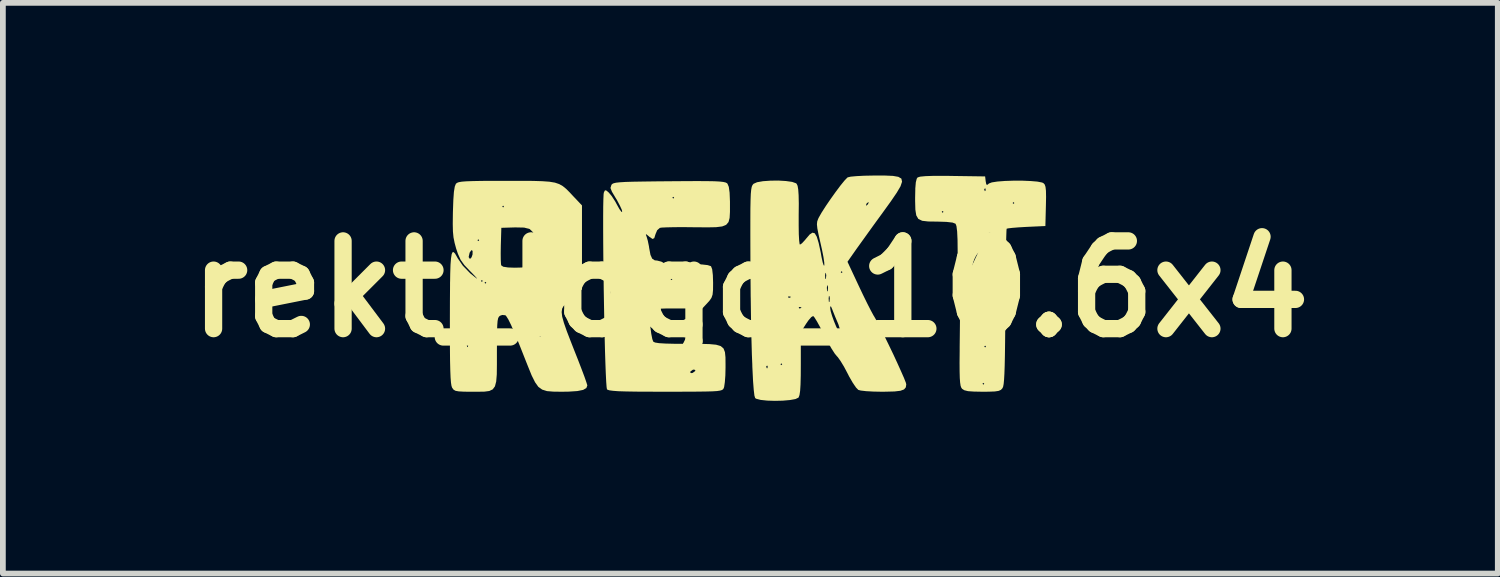
<source format=kicad_pcb>
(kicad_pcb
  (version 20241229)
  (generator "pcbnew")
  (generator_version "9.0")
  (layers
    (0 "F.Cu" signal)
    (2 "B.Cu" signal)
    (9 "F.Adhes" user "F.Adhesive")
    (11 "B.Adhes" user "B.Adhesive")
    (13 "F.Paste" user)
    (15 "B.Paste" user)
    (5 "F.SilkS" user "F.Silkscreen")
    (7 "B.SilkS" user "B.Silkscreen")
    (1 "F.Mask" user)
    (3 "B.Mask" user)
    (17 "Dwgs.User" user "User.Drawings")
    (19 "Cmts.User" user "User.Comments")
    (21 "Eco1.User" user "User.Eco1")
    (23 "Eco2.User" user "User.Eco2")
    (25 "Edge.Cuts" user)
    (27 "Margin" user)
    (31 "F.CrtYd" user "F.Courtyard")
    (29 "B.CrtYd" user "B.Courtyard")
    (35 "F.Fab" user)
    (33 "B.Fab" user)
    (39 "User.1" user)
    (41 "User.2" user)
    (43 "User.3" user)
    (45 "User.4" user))
  (footprint "rekt_logo_10.6x4"
    (layer "F.Cu")
    (at 9.986 1.97)
    (property "Reference" "rekt_logo_10.6x4" (at 0 0 0) (layer "F.SilkS") (effects (font (size 1.524 1.524) (thickness 0.3))))
    (attr through_hole)
    (fp_poly (pts (xy 3.514 -1.963) (xy 4.079 -1.955) (xy 4.089 -1.87) (xy 4.1 -1.814) (xy 4.121 -1.81) (xy 4.145 -1.832) (xy 4.195 -1.851) (xy 4.292 -1.866) (xy 4.422 -1.876) (xy 4.571 -1.881) (xy 4.725 -1.881) (xy 4.868 -1.875) (xy 4.987 -1.865) (xy 5.069 -1.849) (xy 5.091 -1.839) (xy 5.114 -1.815) (xy 5.128 -1.774) (xy 5.136 -1.706) (xy 5.138 -1.598) (xy 5.135 -1.447) (xy 5.126 -1.093) (xy 4.798 -1.078) (xy 4.662 -1.07) (xy 4.55 -1.061) (xy 4.476 -1.052) (xy 4.453 -1.046) (xy 4.45 -1.013) (xy 4.447 -0.925) (xy 4.443 -0.788) (xy 4.44 -0.608) (xy 4.437 -0.392) (xy 4.434 -0.146) (xy 4.432 0.124) (xy 4.431 0.316) (xy 4.429 0.65) (xy 4.426 0.929) (xy 4.423 1.155) (xy 4.419 1.336) (xy 4.414 1.475) (xy 4.408 1.579) (xy 4.401 1.651) (xy 4.392 1.698) (xy 4.381 1.723) (xy 4.381 1.724) (xy 4.354 1.753) (xy 4.314 1.771) (xy 4.248 1.781) (xy 4.143 1.785) (xy 4.034 1.786) (xy 3.883 1.783) (xy 3.782 1.776) (xy 3.718 1.76) (xy 3.68 1.736) (xy 3.68 1.736) (xy 3.665 1.715) (xy 3.653 1.682) (xy 3.648 1.647) (xy 4.033 1.647) (xy 4.049 1.663) (xy 4.064 1.647) (xy 4.049 1.632) (xy 4.033 1.647) (xy 3.648 1.647) (xy 3.645 1.629) (xy 3.639 1.549) (xy 3.636 1.435) (xy 3.635 1.281) (xy 3.637 1.079) (xy 3.637 1.001) (xy 4.064 1.001) (xy 4.079 1.016) (xy 4.095 1.001) (xy 4.079 0.985) (xy 4.064 1.001) (xy 3.637 1.001) (xy 3.639 0.835) (xy 3.648 -0.015) (xy 3.807 -0.323) (xy 3.874 -0.455) (xy 3.93 -0.574) (xy 3.971 -0.665) (xy 3.986 -0.708) (xy 3.982 -0.715) (xy 3.955 -0.675) (xy 3.91 -0.596) (xy 3.866 -0.511) (xy 3.787 -0.36) (xy 3.73 -0.258) (xy 3.688 -0.197) (xy 3.658 -0.17) (xy 3.634 -0.169) (xy 3.629 -0.171) (xy 3.62 -0.207) (xy 3.612 -0.292) (xy 3.606 -0.417) (xy 3.603 -0.569) (xy 3.602 -0.642) (xy 3.6 -0.85) (xy 3.595 -0.954) (xy 4.126 -0.954) (xy 4.149 -0.925) (xy 4.156 -0.924) (xy 4.186 -0.947) (xy 4.187 -0.954) (xy 4.164 -0.984) (xy 4.156 -0.985) (xy 4.126 -0.962) (xy 4.126 -0.954) (xy 3.595 -0.954) (xy 3.593 -0.999) (xy 3.581 -1.093) (xy 3.565 -1.133) (xy 3.513 -1.153) (xy 3.406 -1.165) (xy 3.251 -1.17) (xy 3.244 -1.17) (xy 3.091 -1.172) (xy 2.986 -1.184) (xy 2.919 -1.216) (xy 2.883 -1.278) (xy 2.873 -1.339) (xy 3.325 -1.339) (xy 3.34 -1.324) (xy 3.356 -1.339) (xy 3.34 -1.355) (xy 3.325 -1.339) (xy 2.873 -1.339) (xy 2.867 -1.379) (xy 2.864 -1.493) (xy 4.557 -1.493) (xy 4.572 -1.478) (xy 4.587 -1.493) (xy 4.572 -1.509) (xy 4.557 -1.493) (xy 2.864 -1.493) (xy 2.863 -1.53) (xy 2.863 -1.584) (xy 2.866 -1.724) (xy 4.064 -1.724) (xy 4.075 -1.699) (xy 4.085 -1.704) (xy 4.088 -1.74) (xy 4.085 -1.745) (xy 4.066 -1.74) (xy 4.064 -1.724) (xy 2.866 -1.724) (xy 2.866 -1.745) (xy 2.875 -1.852) (xy 2.891 -1.915) (xy 2.906 -1.937) (xy 2.95 -1.951) (xy 3.045 -1.96) (xy 3.194 -1.965) (xy 3.4 -1.965)) (stroke (width 0) (type solid)) (fill yes) (layer "F.SilkS"))
    (fp_poly (pts (xy -0.751 -1.873) (xy -0.625 -1.871) (xy -0.533 -1.866) (xy -0.471 -1.859) (xy -0.431 -1.85) (xy -0.407 -1.838) (xy -0.397 -1.828) (xy -0.374 -1.773) (xy -0.36 -1.672) (xy -0.354 -1.519) (xy -0.354 -1.474) (xy -0.354 -1.337) (xy -0.36 -1.234) (xy -0.379 -1.162) (xy -0.42 -1.114) (xy -0.489 -1.086) (xy -0.595 -1.073) (xy -0.746 -1.07) (xy -0.95 -1.072) (xy -0.989 -1.072) (xy -1.166 -1.074) (xy -1.325 -1.073) (xy -1.454 -1.07) (xy -1.541 -1.066) (xy -1.572 -1.061) (xy -1.618 -1.021) (xy -1.647 -0.953) (xy -1.669 -0.883) (xy -1.698 -0.868) (xy -1.752 -0.904) (xy -1.765 -0.916) (xy -1.809 -0.951) (xy -1.815 -0.944) (xy -1.802 -0.908) (xy -1.782 -0.84) (xy -1.762 -0.743) (xy -1.757 -0.708) (xy -1.735 -0.592) (xy -1.705 -0.526) (xy -1.661 -0.497) (xy -1.619 -0.493) (xy -1.545 -0.474) (xy -1.467 -0.429) (xy -1.464 -0.427) (xy -1.398 -0.386) (xy -1.355 -0.389) (xy -1.346 -0.396) (xy -1.298 -0.414) (xy -1.206 -0.425) (xy -1.087 -0.431) (xy -0.958 -0.431) (xy -0.837 -0.425) (xy -0.741 -0.414) (xy -0.686 -0.396) (xy -0.683 -0.394) (xy -0.663 -0.342) (xy -0.651 -0.24) (xy -0.647 -0.109) (xy -0.648 0.017) (xy -0.656 0.099) (xy -0.676 0.156) (xy -0.711 0.206) (xy -0.741 0.239) (xy -0.834 0.339) (xy -1.276 0.339) (xy -1.452 0.339) (xy -1.575 0.343) (xy -1.656 0.349) (xy -1.705 0.36) (xy -1.729 0.376) (xy -1.738 0.391) (xy -1.746 0.452) (xy -1.744 0.55) (xy -1.736 0.667) (xy -1.721 0.78) (xy -1.703 0.871) (xy -1.686 0.916) (xy -1.655 0.931) (xy -1.586 0.942) (xy -1.472 0.949) (xy -1.309 0.953) (xy -1.094 0.954) (xy -0.876 0.954) (xy -0.712 0.958) (xy -0.594 0.969) (xy -0.514 0.993) (xy -0.466 1.034) (xy -0.441 1.098) (xy -0.432 1.188) (xy -0.431 1.311) (xy -0.431 1.367) (xy -0.434 1.503) (xy -0.443 1.62) (xy -0.455 1.702) (xy -0.463 1.726) (xy -0.474 1.743) (xy -0.493 1.756) (xy -0.526 1.766) (xy -0.579 1.774) (xy -0.659 1.779) (xy -0.772 1.782) (xy -0.926 1.784) (xy -1.126 1.785) (xy -1.378 1.786) (xy -1.475 1.786) (xy -1.757 1.785) (xy -1.982 1.784) (xy -2.158 1.781) (xy -2.29 1.777) (xy -2.383 1.77) (xy -2.445 1.762) (xy -2.479 1.752) (xy -2.491 1.743) (xy -2.497 1.706) (xy -2.504 1.613) (xy -2.511 1.473) (xy -2.512 1.449) (xy -1.047 1.449) (xy -1.024 1.463) (xy -1.001 1.458) (xy -0.96 1.428) (xy -0.954 1.414) (xy -0.977 1.4) (xy -1.001 1.405) (xy -1.041 1.435) (xy -1.047 1.449) (xy -2.512 1.449) (xy -2.518 1.292) (xy -2.525 1.077) (xy -2.531 0.835) (xy -2.537 0.572) (xy -2.542 0.297) (xy -2.546 0.062) (xy -2.432 0.062) (xy -2.421 0.087) (xy -2.412 0.082) (xy -2.408 0.046) (xy -2.412 0.041) (xy -2.43 0.045) (xy -2.432 0.062) (xy -2.546 0.062) (xy -2.547 0.014) (xy -2.549 -0.169) (xy -1.385 -0.169) (xy -1.37 -0.154) (xy -1.355 -0.169) (xy -1.37 -0.185) (xy -1.385 -0.169) (xy -2.549 -0.169) (xy -2.551 -0.268) (xy -2.554 -0.542) (xy -2.556 -0.802) (xy -2.557 -1.042) (xy -2.557 -1.253) (xy -2.556 -1.429) (xy -2.553 -1.564) (xy -2.549 -1.65) (xy -2.544 -1.678) (xy -2.525 -1.714) (xy -2.498 -1.708) (xy -2.459 -1.674) (xy -2.408 -1.613) (xy -2.349 -1.522) (xy -2.319 -1.467) (xy -2.275 -1.388) (xy -2.24 -1.341) (xy -2.227 -1.335) (xy -2.231 -1.37) (xy -2.265 -1.445) (xy -2.32 -1.549) (xy -2.343 -1.586) (xy -1.355 -1.586) (xy -1.339 -1.57) (xy -1.324 -1.586) (xy -1.339 -1.601) (xy -1.355 -1.586) (xy -2.343 -1.586) (xy -2.393 -1.67) (xy -2.403 -1.686) (xy -2.43 -1.754) (xy -2.413 -1.809) (xy -2.399 -1.824) (xy -2.375 -1.836) (xy -2.332 -1.846) (xy -2.266 -1.853) (xy -2.17 -1.859) (xy -2.036 -1.863) (xy -1.859 -1.866) (xy -1.633 -1.869) (xy -1.409 -1.871) (xy -1.137 -1.873) (xy -0.92 -1.874)) (stroke (width 0) (type solid)) (fill yes) (layer "F.SilkS"))
    (fp_poly (pts (xy -3.983 -1.878) (xy -3.776 -1.877) (xy -3.615 -1.872) (xy -3.491 -1.863) (xy -3.395 -1.847) (xy -3.321 -1.822) (xy -3.259 -1.787) (xy -3.201 -1.74) (xy -3.14 -1.679) (xy -3.086 -1.621) (xy -2.925 -1.451) (xy -2.925 0.006) (xy -3.036 0.108) (xy -3.115 0.179) (xy -3.184 0.241) (xy -3.204 0.258) (xy -3.245 0.298) (xy -3.27 0.343) (xy -3.278 0.402) (xy -3.269 0.481) (xy -3.239 0.589) (xy -3.189 0.733) (xy -3.116 0.922) (xy -3.067 1.047) (xy -2.996 1.226) (xy -2.934 1.387) (xy -2.883 1.522) (xy -2.849 1.62) (xy -2.833 1.672) (xy -2.832 1.677) (xy -2.849 1.722) (xy -2.905 1.754) (xy -3.005 1.774) (xy -3.155 1.784) (xy -3.278 1.786) (xy -3.423 1.784) (xy -3.533 1.775) (xy -3.616 1.749) (xy -3.683 1.701) (xy -3.74 1.621) (xy -3.799 1.503) (xy -3.866 1.338) (xy -3.903 1.245) (xy -4.005 0.987) (xy -4.075 0.816) (xy -3.664 0.816) (xy -3.648 0.831) (xy -3.633 0.816) (xy -3.648 0.8) (xy -3.664 0.816) (xy -4.075 0.816) (xy -4.088 0.784) (xy -4.152 0.638) (xy -3.811 0.638) (xy -3.781 0.646) (xy -3.764 0.646) (xy -3.71 0.635) (xy -3.695 0.616) (xy -3.714 0.587) (xy -3.77 0.605) (xy -3.787 0.616) (xy -3.811 0.638) (xy -4.152 0.638) (xy -4.154 0.632) (xy -4.205 0.529) (xy -4.242 0.471) (xy -4.256 0.457) (xy -4.31 0.452) (xy -4.347 0.465) (xy -4.366 0.48) (xy -4.381 0.507) (xy -4.391 0.555) (xy -4.397 0.631) (xy -4.401 0.745) (xy -4.402 0.904) (xy -4.403 1.089) (xy -4.403 1.314) (xy -4.405 1.484) (xy -4.415 1.607) (xy -4.437 1.692) (xy -4.475 1.744) (xy -4.535 1.773) (xy -4.619 1.784) (xy -4.734 1.786) (xy -4.828 1.786) (xy -4.97 1.785) (xy -5.064 1.78) (xy -5.121 1.77) (xy -5.155 1.751) (xy -5.178 1.72) (xy -5.181 1.716) (xy -5.192 1.684) (xy -5.201 1.627) (xy -5.208 1.538) (xy -5.213 1.412) (xy -5.217 1.245) (xy -5.219 1.031) (xy -5.219 0.985) (xy -4.926 0.985) (xy -4.915 1.011) (xy -4.906 1.006) (xy -4.902 0.969) (xy -4.906 0.965) (xy -4.924 0.969) (xy -4.926 0.985) (xy -5.219 0.985) (xy -5.22 0.765) (xy -5.22 0.511) (xy -5.219 0.196) (xy -5.217 -0.062) (xy -5.217 -0.108) (xy -4.618 -0.108) (xy -4.603 -0.092) (xy -4.587 -0.108) (xy -4.603 -0.123) (xy -4.618 -0.108) (xy -5.217 -0.108) (xy -5.216 -0.139) (xy -4.68 -0.139) (xy -4.664 -0.123) (xy -4.649 -0.139) (xy -4.664 -0.154) (xy -4.68 -0.139) (xy -5.216 -0.139) (xy -5.214 -0.267) (xy -5.209 -0.422) (xy -5.2 -0.533) (xy -5.189 -0.603) (xy -5.174 -0.638) (xy -5.155 -0.64) (xy -5.13 -0.614) (xy -5.101 -0.564) (xy -5.084 -0.533) (xy -4.995 -0.404) (xy -4.865 -0.27) (xy -4.757 -0.183) (xy -4.749 -0.182) (xy -4.778 -0.216) (xy -4.839 -0.28) (xy -4.87 -0.311) (xy -4.968 -0.414) (xy -5.033 -0.505) (xy -5.055 -0.554) (xy -4.894 -0.554) (xy -4.874 -0.524) (xy -4.868 -0.523) (xy -4.843 -0.55) (xy -4.826 -0.6) (xy -4.826 -0.622) (xy -4.337 -0.622) (xy -4.336 -0.509) (xy -4.332 -0.432) (xy -4.328 -0.41) (xy -4.293 -0.386) (xy -4.208 -0.373) (xy -4.094 -0.369) (xy -3.975 -0.372) (xy -3.898 -0.383) (xy -3.844 -0.408) (xy -3.798 -0.448) (xy -3.756 -0.496) (xy -3.733 -0.546) (xy -3.726 -0.617) (xy -3.73 -0.728) (xy -3.731 -0.739) (xy -3.745 -0.887) (xy -3.776 -0.985) (xy -3.834 -1.041) (xy -3.93 -1.066) (xy -4.075 -1.069) (xy -4.091 -1.069) (xy -4.326 -1.062) (xy -4.335 -0.756) (xy -4.337 -0.622) (xy -4.826 -0.622) (xy -4.825 -0.661) (xy -4.845 -0.675) (xy -4.874 -0.635) (xy -4.877 -0.629) (xy -4.894 -0.554) (xy -5.055 -0.554) (xy -5.08 -0.609) (xy -5.111 -0.701) (xy -5.138 -0.801) (xy -5.147 -0.847) (xy -4.741 -0.847) (xy -4.726 -0.831) (xy -4.711 -0.847) (xy -4.726 -0.862) (xy -4.741 -0.847) (xy -5.147 -0.847) (xy -5.157 -0.895) (xy -5.167 -0.999) (xy -5.17 -1.129) (xy -5.168 -1.301) (xy -5.167 -1.348) (xy -5.164 -1.432) (xy -4.31 -1.432) (xy -4.295 -1.416) (xy -4.28 -1.432) (xy -4.295 -1.447) (xy -4.31 -1.432) (xy -5.164 -1.432) (xy -5.16 -1.545) (xy -5.15 -1.686) (xy -5.135 -1.778) (xy -5.116 -1.826) (xy -5.115 -1.827) (xy -5.096 -1.843) (xy -5.064 -1.855) (xy -5.012 -1.864) (xy -4.933 -1.87) (xy -4.819 -1.874) (xy -4.663 -1.877) (xy -4.459 -1.878) (xy -4.243 -1.878)) (stroke (width 0) (type solid)) (fill yes) (layer "F.SilkS"))
    (fp_poly (pts (xy 2.343 -1.97) (xy 2.478 -1.964) (xy 2.571 -1.948) (xy 2.624 -1.917) (xy 2.636 -1.863) (xy 2.609 -1.783) (xy 2.543 -1.671) (xy 2.44 -1.52) (xy 2.3 -1.326) (xy 2.268 -1.282) (xy 2.152 -1.123) (xy 2.039 -0.966) (xy 1.937 -0.824) (xy 1.855 -0.71) (xy 1.819 -0.659) (xy 1.688 -0.472) (xy 1.881 -0.059) (xy 1.956 0.099) (xy 2.029 0.248) (xy 2.093 0.373) (xy 2.14 0.46) (xy 2.151 0.477) (xy 2.196 0.556) (xy 2.257 0.672) (xy 2.328 0.814) (xy 2.405 0.972) (xy 2.483 1.134) (xy 2.556 1.292) (xy 2.62 1.434) (xy 2.671 1.55) (xy 2.702 1.629) (xy 2.709 1.659) (xy 2.701 1.71) (xy 2.67 1.746) (xy 2.608 1.769) (xy 2.506 1.781) (xy 2.355 1.785) (xy 2.286 1.786) (xy 2.139 1.783) (xy 2.012 1.776) (xy 1.918 1.765) (xy 1.876 1.754) (xy 1.836 1.713) (xy 1.78 1.631) (xy 1.717 1.522) (xy 1.69 1.469) (xy 1.627 1.35) (xy 1.566 1.25) (xy 1.517 1.182) (xy 1.503 1.168) (xy 1.465 1.121) (xy 1.408 1.032) (xy 1.342 0.915) (xy 1.282 0.799) (xy 1.217 0.672) (xy 1.159 0.567) (xy 1.115 0.496) (xy 1.092 0.47) (xy 1.059 0.489) (xy 1.009 0.547) (xy 0.969 0.605) (xy 0.877 0.75) (xy 0.877 1.294) (xy 0.876 1.505) (xy 0.872 1.662) (xy 0.865 1.772) (xy 0.854 1.844) (xy 0.839 1.884) (xy 0.835 1.889) (xy 0.784 1.913) (xy 0.689 1.93) (xy 0.564 1.941) (xy 0.427 1.944) (xy 0.294 1.94) (xy 0.18 1.928) (xy 0.103 1.908) (xy 0.084 1.896) (xy 0.071 1.853) (xy 0.059 1.752) (xy 0.047 1.597) (xy 0.037 1.393) (xy 0.035 1.355) (xy 0.277 1.355) (xy 0.288 1.38) (xy 0.298 1.375) (xy 0.301 1.339) (xy 0.298 1.334) (xy 0.279 1.338) (xy 0.277 1.355) (xy 0.035 1.355) (xy 0.034 1.308) (xy 0.523 1.308) (xy 0.539 1.324) (xy 0.554 1.308) (xy 0.539 1.293) (xy 0.523 1.308) (xy 0.034 1.308) (xy 0.027 1.144) (xy 0.019 0.854) (xy 0.012 0.526) (xy 0.009 0.318) (xy 0.842 0.318) (xy 0.846 0.336) (xy 0.862 0.339) (xy 0.881 0.33) (xy 1.387 0.33) (xy 1.396 0.386) (xy 1.42 0.468) (xy 1.453 0.56) (xy 1.49 0.65) (xy 1.525 0.723) (xy 1.551 0.765) (xy 1.564 0.763) (xy 1.558 0.705) (xy 1.532 0.621) (xy 1.522 0.596) (xy 1.476 0.488) (xy 1.433 0.381) (xy 1.429 0.369) (xy 1.403 0.308) (xy 1.39 0.302) (xy 1.387 0.33) (xy 0.881 0.33) (xy 0.887 0.327) (xy 0.883 0.318) (xy 0.846 0.314) (xy 0.842 0.318) (xy 0.009 0.318) (xy 0.007 0.169) (xy 1.361 0.169) (xy 1.364 0.222) (xy 1.374 0.227) (xy 1.375 0.224) (xy 1.381 0.163) (xy 1.376 0.131) (xy 1.366 0.119) (xy 1.361 0.16) (xy 1.361 0.169) (xy 0.007 0.169) (xy 0.007 0.164) (xy 0.006 0.133) (xy 0.657 0.133) (xy 0.661 0.152) (xy 0.677 0.154) (xy 0.703 0.143) (xy 0.698 0.133) (xy 0.661 0.13) (xy 0.657 0.133) (xy 0.006 0.133) (xy 0.005 -0.015) (xy 1.33 -0.015) (xy 1.333 0.037) (xy 1.343 0.042) (xy 1.344 0.039) (xy 1.35 -0.022) (xy 1.345 -0.053) (xy 1.335 -0.066) (xy 1.33 -0.025) (xy 1.33 -0.015) (xy 0.005 -0.015) (xy 0.003 -0.226) (xy 0.003 -0.231) (xy 1.299 -0.231) (xy 1.302 -0.178) (xy 1.312 -0.174) (xy 1.313 -0.176) (xy 1.319 -0.238) (xy 1.314 -0.269) (xy 1.305 -0.281) (xy 1.299 -0.24) (xy 1.299 -0.231) (xy 0.003 -0.231) (xy 0.002 -0.31) (xy 0.123 -0.31) (xy 0.146 -0.278) (xy 0.154 -0.277) (xy 0.184 -0.288) (xy 0.185 -0.291) (xy 0.183 -0.292) (xy 1.57 -0.292) (xy 1.586 -0.277) (xy 1.601 -0.292) (xy 1.586 -0.308) (xy 1.57 -0.292) (xy 0.183 -0.292) (xy 0.163 -0.317) (xy 0.154 -0.323) (xy 0.126 -0.321) (xy 0.123 -0.31) (xy 0.002 -0.31) (xy 0.001 -0.641) (xy 0.000051 -0.957) (xy 0.000314 -1.205) (xy 0.001 -1.398) (xy 0.004 -1.544) (xy 0.008 -1.65) (xy 0.015 -1.724) (xy 0.024 -1.773) (xy 0.037 -1.804) (xy 0.053 -1.824) (xy 0.056 -1.827) (xy 0.117 -1.854) (xy 0.22 -1.872) (xy 0.348 -1.881) (xy 0.486 -1.883) (xy 0.618 -1.875) (xy 0.726 -1.86) (xy 0.794 -1.836) (xy 0.804 -1.827) (xy 0.821 -1.792) (xy 0.832 -1.728) (xy 0.839 -1.628) (xy 0.842 -1.483) (xy 0.84 -1.285) (xy 0.84 -1.273) (xy 0.84 -1.099) (xy 0.842 -0.952) (xy 0.848 -0.843) (xy 0.856 -0.781) (xy 0.862 -0.77) (xy 0.896 -0.792) (xy 0.949 -0.849) (xy 0.972 -0.877) (xy 1.032 -0.947) (xy 1.08 -0.978) (xy 1.119 -0.967) (xy 1.154 -0.908) (xy 1.187 -0.799) (xy 1.223 -0.634) (xy 1.237 -0.554) (xy 1.257 -0.463) (xy 1.274 -0.41) (xy 1.286 -0.407) (xy 1.286 -0.409) (xy 1.284 -0.46) (xy 1.27 -0.556) (xy 1.245 -0.682) (xy 1.218 -0.802) (xy 1.184 -0.951) (xy 1.164 -1.053) (xy 1.157 -1.123) (xy 1.162 -1.173) (xy 1.178 -1.217) (xy 1.189 -1.24) (xy 1.239 -1.328) (xy 1.311 -1.44) (xy 1.317 -1.449) (xy 2.009 -1.449) (xy 2.013 -1.447) (xy 2.041 -1.469) (xy 2.047 -1.478) (xy 2.055 -1.507) (xy 2.051 -1.509) (xy 2.023 -1.487) (xy 2.017 -1.478) (xy 2.009 -1.449) (xy 1.317 -1.449) (xy 1.395 -1.563) (xy 1.483 -1.686) (xy 1.566 -1.797) (xy 1.636 -1.883) (xy 1.684 -1.933) (xy 1.693 -1.939) (xy 1.744 -1.951) (xy 1.844 -1.96) (xy 1.978 -1.967) (xy 2.133 -1.97) (xy 2.165 -1.97)) (stroke (width 0) (type solid)) (fill yes) (layer "F.SilkS")))
  (gr_rect
    (start -3 -3)
    (end 22.972 6.914)
    (stroke (width 0.1) (type default))
    (fill no)
    (layer "Edge.Cuts")))
</source>
